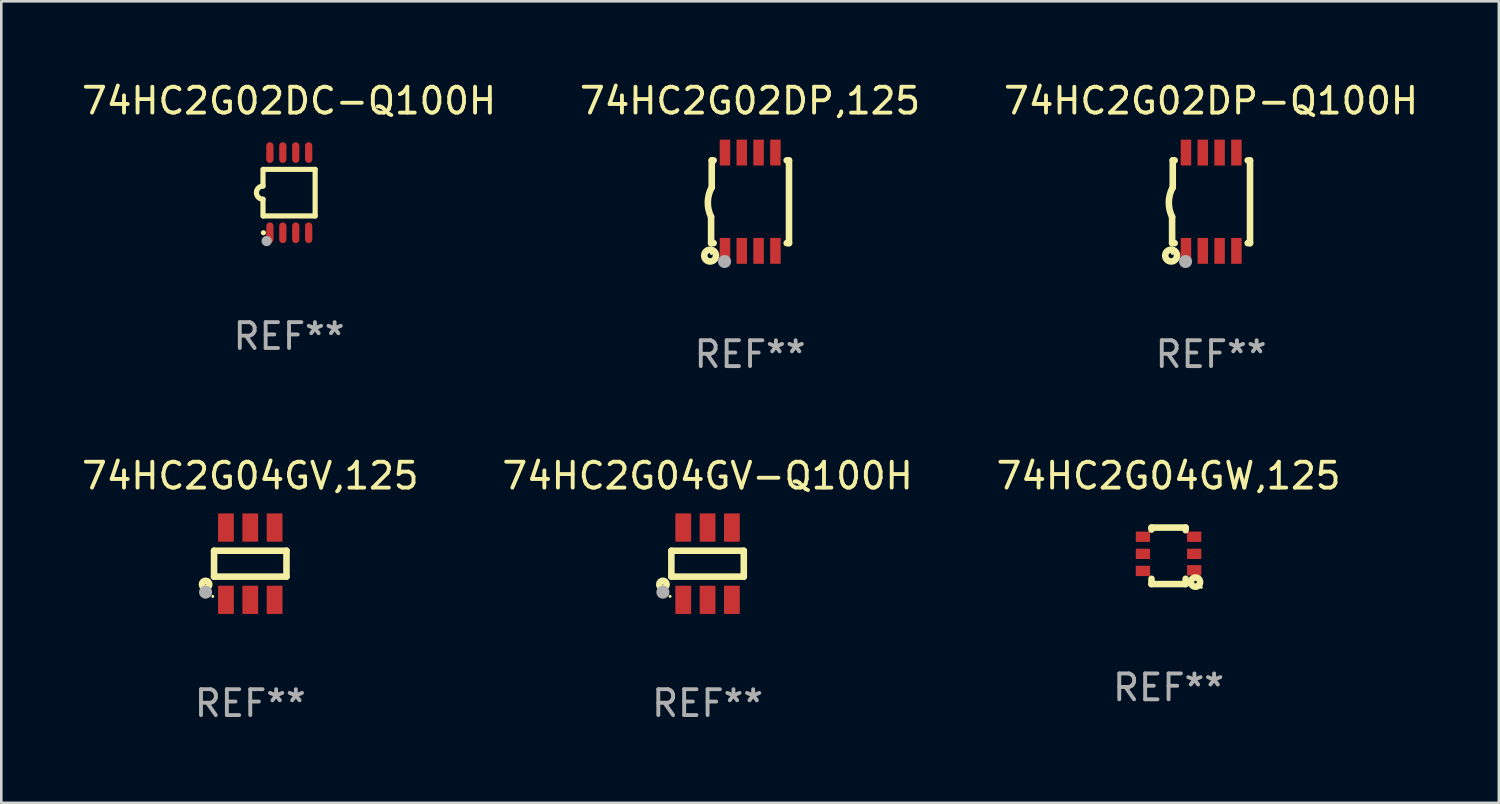
<source format=kicad_pcb>
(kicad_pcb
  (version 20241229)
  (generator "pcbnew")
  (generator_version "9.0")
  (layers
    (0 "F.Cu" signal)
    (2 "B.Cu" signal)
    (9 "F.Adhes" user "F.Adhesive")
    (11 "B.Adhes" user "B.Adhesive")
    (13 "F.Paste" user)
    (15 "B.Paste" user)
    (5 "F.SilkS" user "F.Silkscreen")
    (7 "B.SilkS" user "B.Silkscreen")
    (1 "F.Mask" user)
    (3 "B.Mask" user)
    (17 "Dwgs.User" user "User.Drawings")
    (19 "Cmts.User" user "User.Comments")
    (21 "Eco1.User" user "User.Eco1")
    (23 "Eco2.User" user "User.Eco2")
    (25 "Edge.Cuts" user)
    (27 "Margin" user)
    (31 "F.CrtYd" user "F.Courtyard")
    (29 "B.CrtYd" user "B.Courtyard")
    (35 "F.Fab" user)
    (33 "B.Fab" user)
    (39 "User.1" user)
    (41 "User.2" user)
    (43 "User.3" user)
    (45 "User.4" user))
  (footprint "74HC2G02DC-Q100H"
    (layer "F.Cu")
    (at 8.125 4.398)
    (property "Reference" "74HC2G02DC-Q100H" (at 0 -3.55 0) (layer "F.SilkS") (effects (font (size 1 1) (thickness 0.15))))
    (attr through_hole)
    (fp_line (start -1.008 -0.254) (end -1.008 -0.9) (stroke (width 0.2) (type solid)) (layer "F.SilkS"))
    (fp_line (start -1.008 0.254) (end -1.008 0.9) (stroke (width 0.2) (type solid)) (layer "F.SilkS"))
    (fp_line (start -0.992 0.9) (end 1.008 0.9) (stroke (width 0.2) (type solid)) (layer "F.SilkS"))
    (fp_line (start 1.008 -0.9) (end -0.992 -0.9) (stroke (width 0.2) (type solid)) (layer "F.SilkS"))
    (fp_line (start 1.008 0.9) (end 1.008 -0.9) (stroke (width 0.2) (type solid)) (layer "F.SilkS"))
    (fp_arc (start -1.008001 0.254001) (mid -1.262002 0) (end -1.008001 -0.254001) (stroke (width 0.2) (type solid)) (layer "F.SilkS"))
    (fp_circle (center -0.992 1.55) (end -0.942 1.55) (stroke (width 0.1) (type solid)) (fill no) (layer "F.SilkS"))
    (fp_circle (center -0.866 1.87) (end -0.766 1.87) (stroke (width 0.2) (type solid)) (fill no) (layer "F.Fab"))
    (fp_text user "REF**" (at 0 5.55 0) (layer "F.Fab") (effects (font (size 1 1) (thickness 0.15))))
    (pad "1" smd oval (at -0.742 1.55 270) (size 0.8 0.28) (layers "F.Cu" "F.Mask" "F.Paste"))
    (pad "2" smd oval (at -0.242 1.55 270) (size 0.8 0.28) (layers "F.Cu" "F.Mask" "F.Paste"))
    (pad "3" smd oval (at 0.258 1.55 270) (size 0.8 0.28) (layers "F.Cu" "F.Mask" "F.Paste"))
    (pad "4" smd oval (at 0.758 1.55 270) (size 0.8 0.28) (layers "F.Cu" "F.Mask" "F.Paste"))
    (pad "5" smd oval (at 0.758 -1.55 270) (size 0.8 0.28) (layers "F.Cu" "F.Mask" "F.Paste"))
    (pad "6" smd oval (at 0.258 -1.55 270) (size 0.8 0.28) (layers "F.Cu" "F.Mask" "F.Paste"))
    (pad "7" smd oval (at -0.242 -1.55 270) (size 0.8 0.28) (layers "F.Cu" "F.Mask" "F.Paste"))
    (pad "8" smd oval (at -0.742 -1.55 270) (size 0.8 0.28) (layers "F.Cu" "F.Mask" "F.Paste")))
  (footprint "74HC2G04GV-Q100H"
    (layer "F.Cu")
    (at 24.304 18.742)
    (property "Reference" "74HC2G04GV-Q100H" (at 0 -3.397 0) (layer "F.SilkS") (effects (font (size 1 1) (thickness 0.15))))
    (attr through_hole)
    (fp_line (start -1.4 -0.501) (end -1.4 0.5) (stroke (width 0.254) (type solid)) (layer "F.SilkS"))
    (fp_line (start -1.4 0.5) (end 1.4 0.5) (stroke (width 0.254) (type solid)) (layer "F.SilkS"))
    (fp_line (start 1.4 -0.501) (end -1.4 -0.501) (stroke (width 0.254) (type solid)) (layer "F.SilkS"))
    (fp_line (start 1.4 0.5) (end 1.4 -0.501) (stroke (width 0.254) (type solid)) (layer "F.SilkS"))
    (fp_circle (center -1.727 0.8) (end -1.585 0.8) (stroke (width 0.254) (type solid)) (fill no) (layer "F.SilkS"))
    (fp_circle (center -1.45 1.263) (end -1.42 1.263) (stroke (width 0.06) (type solid)) (fill no) (layer "F.SilkS"))
    (fp_circle (center -1.727 1.1) (end -1.6 1.1) (stroke (width 0.254) (type solid)) (fill no) (layer "F.Fab"))
    (fp_text user "REF**" (at 0 5.397 0) (layer "F.Fab") (effects (font (size 1 1) (thickness 0.15))))
    (pad "1" smd rect (at -0.94 1.397 180) (size 0.61 1.092) (layers "F.Cu" "F.Mask" "F.Paste"))
    (pad "2" smd rect (at 0.000127 1.397 180) (size 0.61 1.092) (layers "F.Cu" "F.Mask" "F.Paste"))
    (pad "3" smd rect (at 0.94 1.397 180) (size 0.61 1.092) (layers "F.Cu" "F.Mask" "F.Paste"))
    (pad "4" smd rect (at 0.94 -1.397 180) (size 0.61 1.092) (layers "F.Cu" "F.Mask" "F.Paste"))
    (pad "5" smd rect (at 0.000127 -1.397 180) (size 0.61 1.092) (layers "F.Cu" "F.Mask" "F.Paste"))
    (pad "6" smd rect (at -0.94 -1.397 180) (size 0.61 1.092) (layers "F.Cu" "F.Mask" "F.Paste")))
  (footprint "74HC2G04GW,125"
    (layer "F.Cu")
    (at 42.125 18.437)
    (property "Reference" "74HC2G04GW,125" (at 0 -3.092 0) (layer "F.SilkS") (effects (font (size 1 1) (thickness 0.15))))
    (attr through_hole)
    (fp_line (start -0.66 -1.092) (end -0.66 -1.016) (stroke (width 0.254) (type solid)) (layer "F.SilkS"))
    (fp_line (start -0.66 1.092) (end -0.66 0.889) (stroke (width 0.254) (type solid)) (layer "F.SilkS"))
    (fp_line (start 0.66 -1.092) (end -0.66 -1.092) (stroke (width 0.254) (type solid)) (layer "F.SilkS"))
    (fp_line (start 0.66 -0.991) (end 0.66 -1.092) (stroke (width 0.254) (type solid)) (layer "F.SilkS"))
    (fp_line (start 0.66 0.889) (end 0.66 1.092) (stroke (width 0.254) (type solid)) (layer "F.SilkS"))
    (fp_line (start 0.66 1.092) (end -0.66 1.092) (stroke (width 0.254) (type solid)) (layer "F.SilkS"))
    (fp_circle (center 1.041 1.016) (end 1.092 1.016) (stroke (width 0.254) (type solid)) (fill no) (layer "F.SilkS"))
    (fp_circle (center 1.266 1.219) (end 1.296 1.219) (stroke (width 0.06) (type solid)) (fill no) (layer "F.SilkS"))
    (fp_text user "REF**" (at 0 5.092 0) (layer "F.Fab") (effects (font (size 1 1) (thickness 0.15))))
    (pad "1" smd rect (at 0.991 0.559 270) (size 0.399 0.551) (layers "F.Cu" "F.Mask" "F.Paste"))
    (pad "2" smd rect (at 0.991 -0.076 270) (size 0.399 0.551) (layers "F.Cu" "F.Mask" "F.Paste"))
    (pad "3" smd rect (at 0.991 -0.737 270) (size 0.399 0.551) (layers "F.Cu" "F.Mask" "F.Paste"))
    (pad "4" smd rect (at -0.991 -0.737 270) (size 0.399 0.551) (layers "F.Cu" "F.Mask" "F.Paste"))
    (pad "5" smd rect (at -0.991 -0.076 270) (size 0.399 0.551) (layers "F.Cu" "F.Mask" "F.Paste"))
    (pad "6" smd rect (at -0.991 0.584 270) (size 0.399 0.551) (layers "F.Cu" "F.Mask" "F.Paste")))
  (footprint "74HC2G04GV,125"
    (layer "F.Cu")
    (at 6.625 18.742)
    (property "Reference" "74HC2G04GV,125" (at 0 -3.397 0) (layer "F.SilkS") (effects (font (size 1 1) (thickness 0.15))))
    (attr through_hole)
    (fp_line (start -1.4 -0.501) (end -1.4 0.5) (stroke (width 0.254) (type solid)) (layer "F.SilkS"))
    (fp_line (start -1.4 0.5) (end 1.4 0.5) (stroke (width 0.254) (type solid)) (layer "F.SilkS"))
    (fp_line (start 1.4 -0.501) (end -1.4 -0.501) (stroke (width 0.254) (type solid)) (layer "F.SilkS"))
    (fp_line (start 1.4 0.5) (end 1.4 -0.501) (stroke (width 0.254) (type solid)) (layer "F.SilkS"))
    (fp_circle (center -1.727 0.8) (end -1.585 0.8) (stroke (width 0.254) (type solid)) (fill no) (layer "F.SilkS"))
    (fp_circle (center -1.45 1.263) (end -1.42 1.263) (stroke (width 0.06) (type solid)) (fill no) (layer "F.SilkS"))
    (fp_circle (center -1.727 1.1) (end -1.6 1.1) (stroke (width 0.254) (type solid)) (fill no) (layer "F.Fab"))
    (fp_text user "REF**" (at 0 5.397 0) (layer "F.Fab") (effects (font (size 1 1) (thickness 0.15))))
    (pad "1" smd rect (at -0.94 1.397 180) (size 0.61 1.092) (layers "F.Cu" "F.Mask" "F.Paste"))
    (pad "2" smd rect (at 0.000127 1.397 180) (size 0.61 1.092) (layers "F.Cu" "F.Mask" "F.Paste"))
    (pad "3" smd rect (at 0.94 1.397 180) (size 0.61 1.092) (layers "F.Cu" "F.Mask" "F.Paste"))
    (pad "4" smd rect (at 0.94 -1.397 180) (size 0.61 1.092) (layers "F.Cu" "F.Mask" "F.Paste"))
    (pad "5" smd rect (at 0.000127 -1.397 180) (size 0.61 1.092) (layers "F.Cu" "F.Mask" "F.Paste"))
    (pad "6" smd rect (at -0.94 -1.397 180) (size 0.61 1.092) (layers "F.Cu" "F.Mask" "F.Paste")))
  (footprint "74HC2G02DP,125"
    (layer "F.Cu")
    (at 25.946 4.748)
    (property "Reference" "74HC2G02DP,125" (at 0 -3.9 0) (layer "F.SilkS") (effects (font (size 1 1) (thickness 0.15))))
    (attr through_hole)
    (fp_line (start -1.506 1.6) (end -1.506 0.584) (stroke (width 0.254) (type solid)) (layer "F.SilkS"))
    (fp_line (start -1.506 1.6) (end -1.407 1.6) (stroke (width 0.254) (type solid)) (layer "F.SilkS"))
    (fp_line (start -1.481 -1.599) (end -1.481 -0.549) (stroke (width 0.254) (type solid)) (layer "F.SilkS"))
    (fp_line (start -1.481 -1.599) (end -1.407 -1.599) (stroke (width 0.254) (type solid)) (layer "F.SilkS"))
    (fp_line (start 1.417 -1.599) (end 1.506 -1.599) (stroke (width 0.254) (type solid)) (layer "F.SilkS"))
    (fp_line (start 1.417 1.6) (end 1.506 1.6) (stroke (width 0.254) (type solid)) (layer "F.SilkS"))
    (fp_line (start 1.506 1.603) (end 1.506 -1.595) (stroke (width 0.254) (type solid)) (layer "F.SilkS"))
    (fp_arc (start -1.506223 0.584328) (mid -1.632455 0.00974) (end -1.480823 -0.558674) (stroke (width 0.254001) (type solid)) (layer "F.SilkS"))
    (fp_circle (center -1.544 2.083) (end -1.443 2.083) (stroke (width 0.254) (type solid)) (fill no) (layer "F.SilkS"))
    (fp_circle (center -1.495 2) (end -1.465 2) (stroke (width 0.06) (type solid)) (fill no) (layer "F.SilkS"))
    (fp_circle (center -0.986 2.312) (end -0.859 2.312) (stroke (width 0.254) (type solid)) (fill no) (layer "F.Fab"))
    (fp_text user "REF**" (at 0 5.9 0) (layer "F.Fab") (effects (font (size 1 1) (thickness 0.15))))
    (pad "1" smd rect (at -0.97 1.9 90) (size 1 0.406) (layers "F.Cu" "F.Mask" "F.Paste"))
    (pad "2" smd rect (at -0.32 1.9 90) (size 1 0.406) (layers "F.Cu" "F.Mask" "F.Paste"))
    (pad "3" smd rect (at 0.33 1.9 90) (size 1 0.406) (layers "F.Cu" "F.Mask" "F.Paste"))
    (pad "4" smd rect (at 0.98 1.9 90) (size 1 0.406) (layers "F.Cu" "F.Mask" "F.Paste"))
    (pad "5" smd rect (at 0.98 -1.9 90) (size 1 0.406) (layers "F.Cu" "F.Mask" "F.Paste"))
    (pad "6" smd rect (at 0.33 -1.9 90) (size 1 0.406) (layers "F.Cu" "F.Mask" "F.Paste"))
    (pad "7" smd rect (at -0.32 -1.9 90) (size 1 0.406) (layers "F.Cu" "F.Mask" "F.Paste"))
    (pad "8" smd rect (at -0.97 -1.9 90) (size 1 0.406) (layers "F.Cu" "F.Mask" "F.Paste")))
  (footprint "74HC2G02DP-Q100H"
    (layer "F.Cu")
    (at 43.768 4.748)
    (property "Reference" "74HC2G02DP-Q100H" (at 0 -3.9 0) (layer "F.SilkS") (effects (font (size 1 1) (thickness 0.15))))
    (attr through_hole)
    (fp_line (start -1.506 1.6) (end -1.506 0.584) (stroke (width 0.254) (type solid)) (layer "F.SilkS"))
    (fp_line (start -1.506 1.6) (end -1.407 1.6) (stroke (width 0.254) (type solid)) (layer "F.SilkS"))
    (fp_line (start -1.481 -1.599) (end -1.481 -0.549) (stroke (width 0.254) (type solid)) (layer "F.SilkS"))
    (fp_line (start -1.481 -1.599) (end -1.407 -1.599) (stroke (width 0.254) (type solid)) (layer "F.SilkS"))
    (fp_line (start 1.417 -1.599) (end 1.506 -1.599) (stroke (width 0.254) (type solid)) (layer "F.SilkS"))
    (fp_line (start 1.417 1.6) (end 1.506 1.6) (stroke (width 0.254) (type solid)) (layer "F.SilkS"))
    (fp_line (start 1.506 1.603) (end 1.506 -1.595) (stroke (width 0.254) (type solid)) (layer "F.SilkS"))
    (fp_arc (start -1.506223 0.584328) (mid -1.632455 0.00974) (end -1.480823 -0.558674) (stroke (width 0.254001) (type solid)) (layer "F.SilkS"))
    (fp_circle (center -1.544 2.083) (end -1.443 2.083) (stroke (width 0.254) (type solid)) (fill no) (layer "F.SilkS"))
    (fp_circle (center -1.495 2) (end -1.465 2) (stroke (width 0.06) (type solid)) (fill no) (layer "F.SilkS"))
    (fp_circle (center -0.986 2.312) (end -0.859 2.312) (stroke (width 0.254) (type solid)) (fill no) (layer "F.Fab"))
    (fp_text user "REF**" (at 0 5.9 0) (layer "F.Fab") (effects (font (size 1 1) (thickness 0.15))))
    (pad "1" smd rect (at -0.97 1.9 90) (size 1 0.406) (layers "F.Cu" "F.Mask" "F.Paste"))
    (pad "2" smd rect (at -0.32 1.9 90) (size 1 0.406) (layers "F.Cu" "F.Mask" "F.Paste"))
    (pad "3" smd rect (at 0.33 1.9 90) (size 1 0.406) (layers "F.Cu" "F.Mask" "F.Paste"))
    (pad "4" smd rect (at 0.98 1.9 90) (size 1 0.406) (layers "F.Cu" "F.Mask" "F.Paste"))
    (pad "5" smd rect (at 0.98 -1.9 90) (size 1 0.406) (layers "F.Cu" "F.Mask" "F.Paste"))
    (pad "6" smd rect (at 0.33 -1.9 90) (size 1 0.406) (layers "F.Cu" "F.Mask" "F.Paste"))
    (pad "7" smd rect (at -0.32 -1.9 90) (size 1 0.406) (layers "F.Cu" "F.Mask" "F.Paste"))
    (pad "8" smd rect (at -0.97 -1.9 90) (size 1 0.406) (layers "F.Cu" "F.Mask" "F.Paste")))
  (gr_rect
    (start -3 -3)
    (end 54.893 27.987)
    (stroke (width 0.1) (type default))
    (fill no)
    (layer "Edge.Cuts")))
</source>
